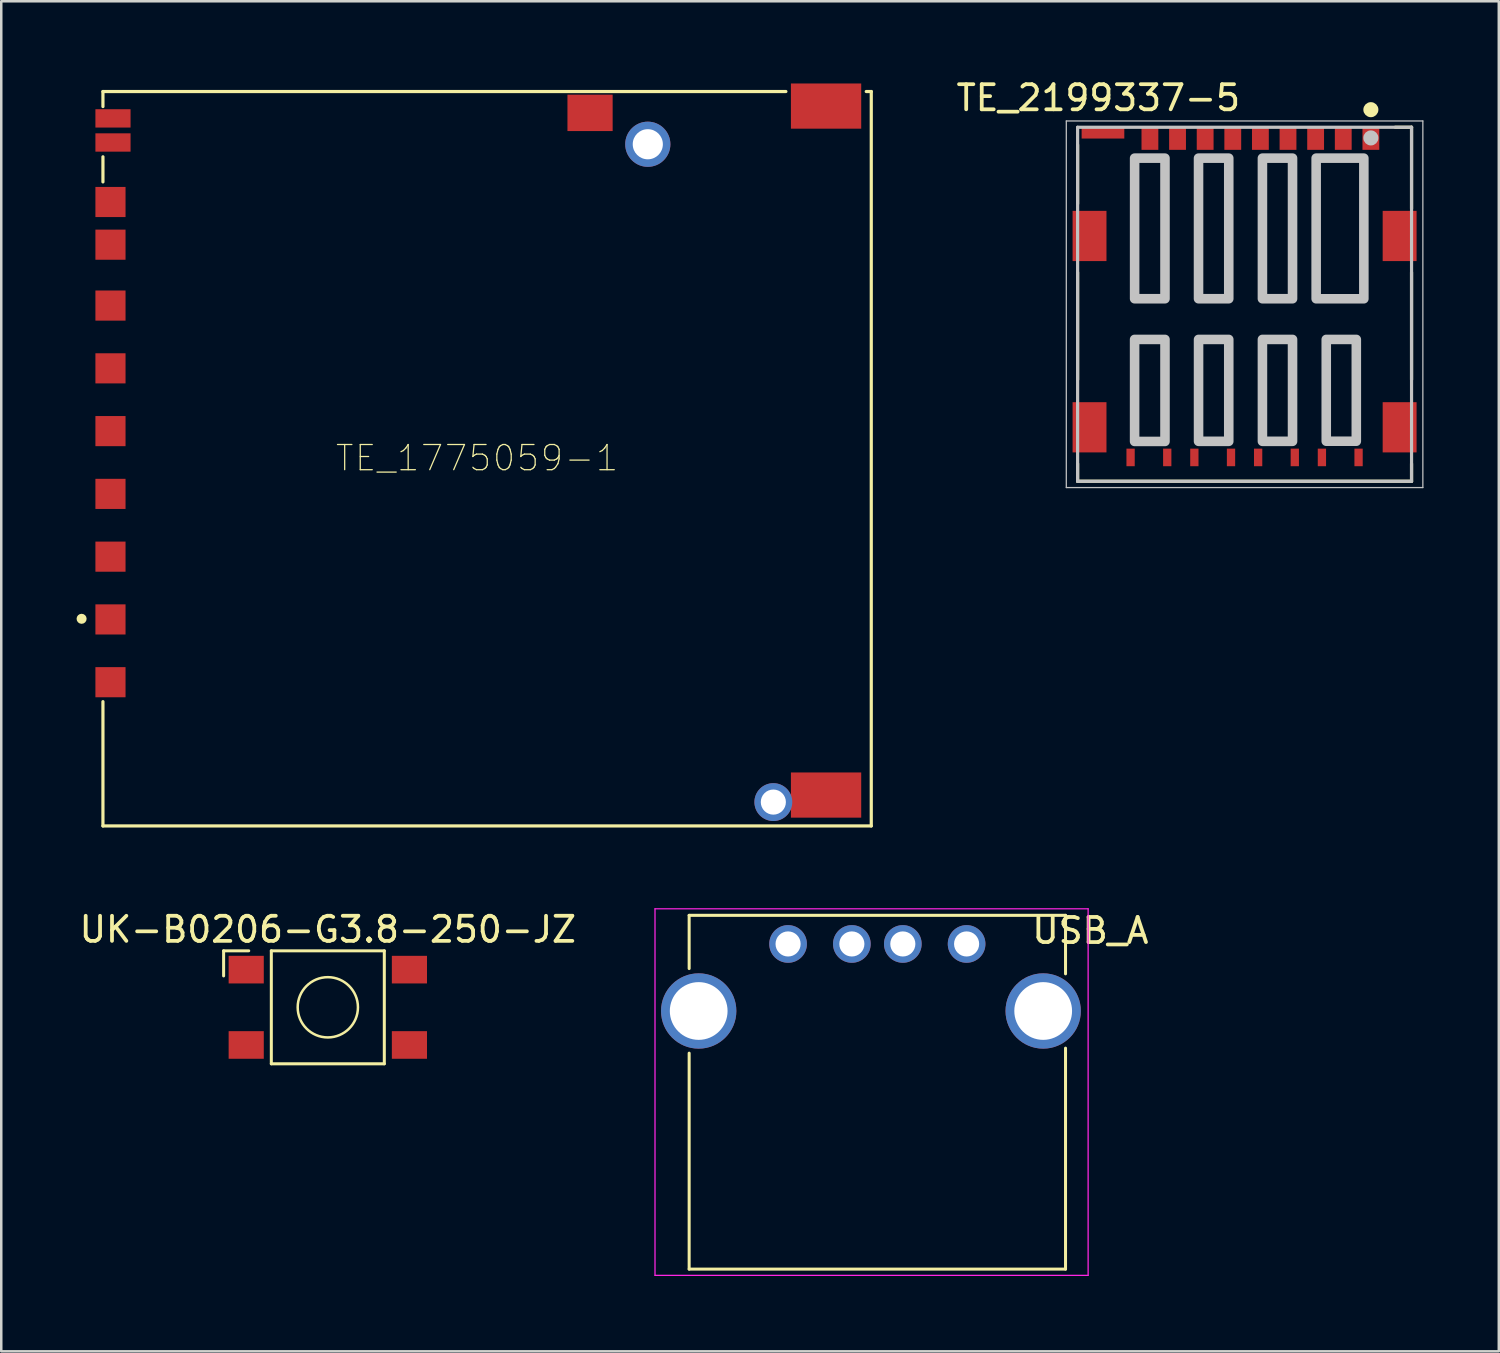
<source format=kicad_pcb>
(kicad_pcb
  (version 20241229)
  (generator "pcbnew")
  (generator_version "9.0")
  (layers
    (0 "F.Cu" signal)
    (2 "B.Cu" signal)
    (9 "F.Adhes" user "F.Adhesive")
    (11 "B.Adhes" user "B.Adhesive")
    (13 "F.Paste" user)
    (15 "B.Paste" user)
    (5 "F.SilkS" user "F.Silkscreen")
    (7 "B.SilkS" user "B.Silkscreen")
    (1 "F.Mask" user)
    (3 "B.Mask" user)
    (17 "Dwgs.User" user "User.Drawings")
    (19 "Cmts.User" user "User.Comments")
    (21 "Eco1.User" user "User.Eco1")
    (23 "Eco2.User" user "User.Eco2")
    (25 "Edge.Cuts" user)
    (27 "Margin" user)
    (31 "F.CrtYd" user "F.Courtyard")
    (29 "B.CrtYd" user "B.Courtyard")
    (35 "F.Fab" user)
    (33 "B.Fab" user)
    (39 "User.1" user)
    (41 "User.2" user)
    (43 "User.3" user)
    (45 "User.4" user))
  (footprint "UK-B0206-G3.8-250-JZ"
    (layer "F.Cu")
    (at 10.006 37.068)
    (property "Reference" "UK-B0206-G3.8-250-JZ" (at 0 -3.1 0) (layer "F.SilkS") (effects (font (size 1 1) (thickness 0.15))))
    (attr smd)
    (fp_line (start -4.15 -2.25) (end -3.15 -2.25) (stroke (width 0.12) (type solid)) (layer "F.SilkS"))
    (fp_line (start -4.15 -1.25) (end -4.15 -2.25) (stroke (width 0.12) (type solid)) (layer "F.SilkS"))
    (fp_line (start -2.25 -2.25) (end 2.25 -2.25) (stroke (width 0.12) (type solid)) (layer "F.SilkS"))
    (fp_line (start -2.25 2.25) (end -2.25 -2.25) (stroke (width 0.12) (type solid)) (layer "F.SilkS"))
    (fp_line (start 2.25 -2.25) (end 2.25 2.25) (stroke (width 0.12) (type solid)) (layer "F.SilkS"))
    (fp_line (start 2.25 2.25) (end -2.25 2.25) (stroke (width 0.12) (type solid)) (layer "F.SilkS"))
    (fp_circle (center 0 0) (end 1.2 0) (stroke (width 0.1) (type solid)) (fill no) (layer "F.SilkS"))
    (pad "1" smd rect (at -3.25 -1.5 180) (size 1.4 1.1) (layers "F.Cu" "F.Mask" "F.Paste"))
    (pad "1" smd rect (at 3.25 -1.5 180) (size 1.4 1.1) (layers "F.Cu" "F.Mask" "F.Paste"))
    (pad "2" smd rect (at -3.25 1.5 180) (size 1.4 1.1) (layers "F.Cu" "F.Mask" "F.Paste"))
    (pad "2" smd rect (at 3.25 1.5 180) (size 1.4 1.1) (layers "F.Cu" "F.Mask" "F.Paste")))
  (footprint "TE_1775059-1"
    (layer "F.Cu")
    (at 22.75 2.695)
    (property "Reference" "TE_1775059-1" (at -6.8 12.5 0) (layer "F.SilkS") (effects (font (size 1.002 1.002) (thickness 0.05))))
    (attr smd)
    (fp_line (start -21.7 -2.1) (end 5.5 -2.1) (stroke (width 0.127) (type solid)) (layer "F.SilkS"))
    (fp_line (start -21.7 -1.5) (end -21.7 -2.1) (stroke (width 0.127) (type solid)) (layer "F.SilkS"))
    (fp_line (start -21.7 0.5) (end -21.7 1.5) (stroke (width 0.127) (type solid)) (layer "F.SilkS"))
    (fp_line (start -21.7 27.15) (end -21.7 22.2) (stroke (width 0.127) (type solid)) (layer "F.SilkS"))
    (fp_line (start 8.7 -2.1) (end 8.9 -2.1) (stroke (width 0.127) (type solid)) (layer "F.SilkS"))
    (fp_line (start 8.9 -2.1) (end 8.9 27.15) (stroke (width 0.127) (type solid)) (layer "F.SilkS"))
    (fp_line (start 8.9 27.15) (end -21.7 27.15) (stroke (width 0.127) (type solid)) (layer "F.SilkS"))
    (fp_circle (center -22.55 18.9) (end -22.45 18.9) (stroke (width 0.2) (type solid)) (fill no) (layer "F.SilkS"))
    (fp_line (start -22.25 -2.67) (end 9.15 -2.67) (stroke (width 0.05) (type solid)) (layer "Eco1.User"))
    (fp_line (start -22.25 27.4) (end -22.25 -2.67) (stroke (width 0.05) (type solid)) (layer "Eco1.User"))
    (fp_line (start 9.15 -2.67) (end 9.15 27.4) (stroke (width 0.05) (type solid)) (layer "Eco1.User"))
    (fp_line (start 9.15 27.4) (end -22.25 27.4) (stroke (width 0.05) (type solid)) (layer "Eco1.User"))
    (fp_line (start -21.7 -2.1) (end 8.9 -2.1) (stroke (width 0.127) (type solid)) (layer "Eco2.User"))
    (fp_line (start -21.7 27.15) (end -21.7 -2.1) (stroke (width 0.127) (type solid)) (layer "Eco2.User"))
    (fp_line (start 8.9 -2.1) (end 8.9 27.15) (stroke (width 0.127) (type solid)) (layer "Eco2.User"))
    (fp_line (start 8.9 27.15) (end -21.7 27.15) (stroke (width 0.127) (type solid)) (layer "Eco2.User"))
    (fp_circle (center -21.26 18.9) (end -21.16 18.9) (stroke (width 0.2) (type solid)) (fill no) (layer "Eco2.User"))
    (pad "1" smd rect (at -21.4 18.925) (size 1.2 1.2) (layers "F.Cu" "F.Mask" "F.Paste"))
    (pad "2" smd rect (at -21.4 16.425) (size 1.2 1.2) (layers "F.Cu" "F.Mask" "F.Paste"))
    (pad "3" smd rect (at -21.4 13.925) (size 1.2 1.2) (layers "F.Cu" "F.Mask" "F.Paste"))
    (pad "4" smd rect (at -21.4 11.425) (size 1.2 1.2) (layers "F.Cu" "F.Mask" "F.Paste"))
    (pad "5" smd rect (at -21.4 8.925) (size 1.2 1.2) (layers "F.Cu" "F.Mask" "F.Paste"))
    (pad "6" smd rect (at -21.4 6.425) (size 1.2 1.2) (layers "F.Cu" "F.Mask" "F.Paste"))
    (pad "7" smd rect (at -21.4 4) (size 1.2 1.2) (layers "F.Cu" "F.Mask" "F.Paste"))
    (pad "8" smd rect (at -21.4 2.3) (size 1.2 1.2) (layers "F.Cu" "F.Mask" "F.Paste"))
    (pad "9" smd rect (at -21.4 21.425) (size 1.2 1.2) (layers "F.Cu" "F.Mask" "F.Paste"))
    (pad "D_SW" smd rect (at -21.3 -0.07) (size 1.4 0.73) (layers "F.Cu" "F.Mask" "F.Paste"))
    (pad "P1" thru_hole circle (at 0 0) (size 1.8 1.8) (drill 1.2) (layers "*.Cu" "*.Mask"))
    (pad "P2" thru_hole circle (at 5 26.2) (size 1.508 1.508) (drill 1) (layers "*.Cu" "*.Mask"))
    (pad "PEG1" smd rect (at 7.1 -1.52) (size 2.8 1.8) (layers "F.Cu" "F.Mask" "F.Paste"))
    (pad "PEG2" smd rect (at 7.1 25.92) (size 2.8 1.8) (layers "F.Cu" "F.Mask" "F.Paste"))
    (pad "P_SW" smd rect (at -2.3 -1.25) (size 1.8 1.45) (layers "F.Cu" "F.Mask" "F.Paste"))
    (pad "SW" smd rect (at -21.3 -1.03) (size 1.4 0.73) (layers "F.Cu" "F.Mask" "F.Paste")))
  (footprint "USB_A"
    (layer "F.Cu")
    (at 28.337 34.545)
    (property "Reference" "USB_A" (at 12.04 -0.53 0) (layer "F.SilkS") (effects (font (size 1 1) (thickness 0.15))))
    (attr through_hole)
    (fp_line (start -3.94 -1.14) (end -3.94 0.98) (stroke (width 0.12) (type solid)) (layer "F.SilkS"))
    (fp_line (start -3.94 4.35) (end -3.94 12.95) (stroke (width 0.12) (type solid)) (layer "F.SilkS"))
    (fp_line (start 11.05 -1.14) (end -3.94 -1.14) (stroke (width 0.12) (type solid)) (layer "F.SilkS"))
    (fp_line (start 11.05 -1.14) (end 11.05 1.19) (stroke (width 0.12) (type solid)) (layer "F.SilkS"))
    (fp_line (start 11.05 4.15) (end 11.05 12.95) (stroke (width 0.12) (type solid)) (layer "F.SilkS"))
    (fp_line (start 11.05 12.95) (end -3.94 12.95) (stroke (width 0.12) (type solid)) (layer "F.SilkS"))
    (fp_line (start -5.3 -1.4) (end 11.95 -1.4) (stroke (width 0.05) (type solid)) (layer "F.CrtYd"))
    (fp_line (start -5.3 13.2) (end -5.3 -1.4) (stroke (width 0.05) (type solid)) (layer "F.CrtYd"))
    (fp_line (start -5.3 13.2) (end 11.95 13.2) (stroke (width 0.05) (type solid)) (layer "F.CrtYd"))
    (fp_line (start 11.95 -1.4) (end 11.95 13.2) (stroke (width 0.05) (type solid)) (layer "F.CrtYd"))
    (pad "1" thru_hole circle (at 0 0 270) (size 1.5 1.5) (drill 1) (layers "*.Cu" "*.Mask"))
    (pad "2" thru_hole circle (at 2.54 0 270) (size 1.5 1.5) (drill 1) (layers "*.Cu" "*.Mask"))
    (pad "3" thru_hole circle (at 4.57 0 270) (size 1.5 1.5) (drill 1) (layers "*.Cu" "*.Mask"))
    (pad "4" thru_hole circle (at 7.11 0 270) (size 1.5 1.5) (drill 1) (layers "*.Cu" "*.Mask"))
    (pad "5" thru_hole circle (at -3.56 2.67 270) (size 3 3) (drill 2.3) (layers "*.Cu" "*.Mask"))
    (pad "5" thru_hole circle (at 10.16 2.67 270) (size 3 3) (drill 2.3) (layers "*.Cu" "*.Mask")))
  (footprint "TE_2199337-5"
    (layer "F.Cu")
    (at 46.518 9.068)
    (property "Reference" "TE_2199337-5" (at -5.825 -8.22 0) (layer "F.SilkS") (effects (font (size 1 1) (thickness 0.15))))
    (attr smd)
    (fp_poly (pts (xy -6.49 -7.1) (xy -4.79 -7.1) (xy -4.79 -6.6) (xy -6.49 -6.6)) (stroke (width 0.0001) (type solid)) (fill yes) (layer "F.Cu"))
    (fp_poly (pts (xy -4.705 5.75) (xy -4.375 5.75) (xy -4.375 6.45) (xy -4.705 6.45)) (stroke (width 0.0001) (type solid)) (fill yes) (layer "F.Cu"))
    (fp_poly (pts (xy -3.245 5.75) (xy -2.915 5.75) (xy -2.915 6.45) (xy -3.245 6.45)) (stroke (width 0.0001) (type solid)) (fill yes) (layer "F.Cu"))
    (fp_poly (pts (xy -2.165 5.75) (xy -1.835 5.75) (xy -1.835 6.45) (xy -2.165 6.45)) (stroke (width 0.0001) (type solid)) (fill yes) (layer "F.Cu"))
    (fp_poly (pts (xy -0.705 5.75) (xy -0.375 5.75) (xy -0.375 6.45) (xy -0.705 6.45)) (stroke (width 0.0001) (type solid)) (fill yes) (layer "F.Cu"))
    (fp_poly (pts (xy 0.375 5.75) (xy 0.705 5.75) (xy 0.705 6.45) (xy 0.375 6.45)) (stroke (width 0.0001) (type solid)) (fill yes) (layer "F.Cu"))
    (fp_poly (pts (xy 1.835 5.75) (xy 2.165 5.75) (xy 2.165 6.45) (xy 1.835 6.45)) (stroke (width 0.0001) (type solid)) (fill yes) (layer "F.Cu"))
    (fp_poly (pts (xy 2.915 5.75) (xy 3.245 5.75) (xy 3.245 6.45) (xy 2.915 6.45)) (stroke (width 0.0001) (type solid)) (fill yes) (layer "F.Cu"))
    (fp_poly (pts (xy 4.375 5.75) (xy 4.705 5.75) (xy 4.705 6.45) (xy 4.375 6.45)) (stroke (width 0.0001) (type solid)) (fill yes) (layer "F.Cu"))
    (fp_poly (pts (xy -6.605 -7.2) (xy -4.69 -7.2) (xy -4.69 -6.514) (xy -6.605 -6.514)) (stroke (width 0.381) (type solid)) (fill yes) (layer "F.Mask"))
    (fp_poly (pts (xy -4.813 5.65) (xy -4.275 5.65) (xy -4.275 6.561) (xy -4.813 6.561)) (stroke (width 0.381) (type solid)) (fill yes) (layer "F.Mask"))
    (fp_poly (pts (xy -3.349 5.65) (xy -2.815 5.65) (xy -2.815 6.559) (xy -3.349 6.559)) (stroke (width 0.381) (type solid)) (fill yes) (layer "F.Mask"))
    (fp_poly (pts (xy -2.269 5.65) (xy -1.735 5.65) (xy -1.735 6.562) (xy -2.269 6.562)) (stroke (width 0.381) (type solid)) (fill yes) (layer "F.Mask"))
    (fp_poly (pts (xy -0.806 5.65) (xy -0.275 5.65) (xy -0.275 6.557) (xy -0.806 6.557)) (stroke (width 0.381) (type solid)) (fill yes) (layer "F.Mask"))
    (fp_poly (pts (xy 0.276 5.65) (xy 0.805 5.65) (xy 0.805 6.574) (xy 0.276 6.574)) (stroke (width 0.381) (type solid)) (fill yes) (layer "F.Mask"))
    (fp_poly (pts (xy 1.738 5.65) (xy 2.265 5.65) (xy 2.265 6.561) (xy 1.738 6.561)) (stroke (width 0.381) (type solid)) (fill yes) (layer "F.Mask"))
    (fp_poly (pts (xy 2.818 5.65) (xy 3.345 5.65) (xy 3.345 6.558) (xy 2.818 6.558)) (stroke (width 0.381) (type solid)) (fill yes) (layer "F.Mask"))
    (fp_poly (pts (xy 4.28 5.65) (xy 4.805 5.65) (xy 4.805 6.557) (xy 4.28 6.557)) (stroke (width 0.381) (type solid)) (fill yes) (layer "F.Mask"))
    (fp_line (start -6.65 -4) (end -6.65 -6.35) (stroke (width 0.127) (type solid)) (layer "F.SilkS"))
    (fp_line (start -6.65 3) (end -6.65 -1.27) (stroke (width 0.127) (type solid)) (layer "F.SilkS"))
    (fp_line (start -6.65 7.05) (end -6.65 6.35) (stroke (width 0.127) (type solid)) (layer "F.SilkS"))
    (fp_line (start -6.65 7.05) (end 6.65 7.05) (stroke (width 0.127) (type solid)) (layer "F.SilkS"))
    (fp_line (start 6.65 -7.05) (end 6 -7.05) (stroke (width 0.127) (type solid)) (layer "F.SilkS"))
    (fp_line (start 6.65 -3.81) (end 6.65 -7.05) (stroke (width 0.127) (type solid)) (layer "F.SilkS"))
    (fp_line (start 6.65 3) (end 6.65 -1.27) (stroke (width 0.127) (type solid)) (layer "F.SilkS"))
    (fp_line (start 6.65 7.05) (end 6.65 6.35) (stroke (width 0.127) (type solid)) (layer "F.SilkS"))
    (fp_circle (center 5.03 -7.75) (end 5.18 -7.75) (stroke (width 0.3) (type solid)) (fill no) (layer "F.SilkS"))
    (fp_poly (pts (xy -6.49 -7.1) (xy -4.79 -7.1) (xy -4.79 -6.6) (xy -6.49 -6.6)) (stroke (width 0.0001) (type solid)) (fill yes) (layer "F.Paste"))
    (fp_poly (pts (xy -4.705 5.75) (xy -4.375 5.75) (xy -4.375 6.45) (xy -4.705 6.45)) (stroke (width 0.0001) (type solid)) (fill yes) (layer "F.Paste"))
    (fp_poly (pts (xy -3.245 5.75) (xy -2.915 5.75) (xy -2.915 6.45) (xy -3.245 6.45)) (stroke (width 0.0001) (type solid)) (fill yes) (layer "F.Paste"))
    (fp_poly (pts (xy -2.165 5.75) (xy -1.835 5.75) (xy -1.835 6.45) (xy -2.165 6.45)) (stroke (width 0.0001) (type solid)) (fill yes) (layer "F.Paste"))
    (fp_poly (pts (xy -0.705 5.75) (xy -0.375 5.75) (xy -0.375 6.45) (xy -0.705 6.45)) (stroke (width 0.0001) (type solid)) (fill yes) (layer "F.Paste"))
    (fp_poly (pts (xy 0.375 5.75) (xy 0.705 5.75) (xy 0.705 6.45) (xy 0.375 6.45)) (stroke (width 0.0001) (type solid)) (fill yes) (layer "F.Paste"))
    (fp_poly (pts (xy 1.835 5.75) (xy 2.165 5.75) (xy 2.165 6.45) (xy 1.835 6.45)) (stroke (width 0.0001) (type solid)) (fill yes) (layer "F.Paste"))
    (fp_poly (pts (xy 2.915 5.75) (xy 3.245 5.75) (xy 3.245 6.45) (xy 2.915 6.45)) (stroke (width 0.0001) (type solid)) (fill yes) (layer "F.Paste"))
    (fp_poly (pts (xy 4.375 5.75) (xy 4.705 5.75) (xy 4.705 6.45) (xy 4.375 6.45)) (stroke (width 0.0001) (type solid)) (fill yes) (layer "F.Paste"))
    (fp_line (start -7.1 -7.3) (end 7.1 -7.3) (stroke (width 0.05) (type solid)) (layer "Dwgs.User"))
    (fp_line (start -7.1 7.3) (end -7.1 -7.3) (stroke (width 0.05) (type solid)) (layer "Dwgs.User"))
    (fp_line (start -6.65 -7.05) (end 6.65 -7.05) (stroke (width 0.127) (type solid)) (layer "Dwgs.User"))
    (fp_line (start -6.65 7.05) (end -6.65 -7.05) (stroke (width 0.127) (type solid)) (layer "Dwgs.User"))
    (fp_line (start 6.65 -7.05) (end 6.65 7.05) (stroke (width 0.127) (type solid)) (layer "Dwgs.User"))
    (fp_line (start 6.65 7.05) (end -6.65 7.05) (stroke (width 0.127) (type solid)) (layer "Dwgs.User"))
    (fp_line (start 7.1 -7.3) (end 7.1 7.3) (stroke (width 0.05) (type solid)) (layer "Dwgs.User"))
    (fp_line (start 7.1 7.3) (end -7.1 7.3) (stroke (width 0.05) (type solid)) (layer "Dwgs.User"))
    (fp_circle (center 5.03 -6.625) (end 5.18 -6.625) (stroke (width 0.3) (type solid)) (fill no) (layer "Dwgs.User"))
    (fp_poly (pts (xy -4.38 1.4) (xy -3.17 1.4) (xy -3.17 5.463) (xy -4.38 5.463)) (stroke (width 0.381) (type solid)) (fill no) (layer "Dwgs.User"))
    (fp_poly (pts (xy -4.379 -5.82) (xy -3.17 -5.82) (xy -3.17 -0.22) (xy -4.379 -0.22)) (stroke (width 0.381) (type solid)) (fill no) (layer "Dwgs.User"))
    (fp_poly (pts (xy -1.834 -5.82) (xy -0.63 -5.82) (xy -0.63 -0.22) (xy -1.834 -0.22)) (stroke (width 0.381) (type solid)) (fill no) (layer "Dwgs.User"))
    (fp_poly (pts (xy -1.833 1.4) (xy -0.63 1.4) (xy -0.63 5.459) (xy -1.833 5.459)) (stroke (width 0.381) (type solid)) (fill no) (layer "Dwgs.User"))
    (fp_poly (pts (xy 0.711 -5.82) (xy 1.91 -5.82) (xy 1.91 -0.22) (xy 0.711 -0.22)) (stroke (width 0.381) (type solid)) (fill no) (layer "Dwgs.User"))
    (fp_poly (pts (xy 0.711 1.4) (xy 1.91 1.4) (xy 1.91 5.459) (xy 0.711 5.459)) (stroke (width 0.381) (type solid)) (fill no) (layer "Dwgs.User"))
    (fp_poly (pts (xy 2.851 -5.82) (xy 4.75 -5.82) (xy 4.75 -0.219) (xy 2.851 -0.219)) (stroke (width 0.381) (type solid)) (fill no) (layer "Dwgs.User"))
    (fp_poly (pts (xy 3.253 1.4) (xy 4.45 1.4) (xy 4.45 5.455) (xy 3.253 5.455)) (stroke (width 0.381) (type solid)) (fill no) (layer "Dwgs.User"))
    (pad "1" smd rect (at 5.03 -6.625) (size 0.67 0.95) (layers "F.Cu" "F.Mask" "F.Paste"))
    (pad "2" smd rect (at 1.73 -6.625) (size 0.67 0.95) (layers "F.Cu" "F.Mask" "F.Paste"))
    (pad "3" smd rect (at -0.47 -6.625) (size 0.67 0.95) (layers "F.Cu" "F.Mask" "F.Paste"))
    (pad "4" smd rect (at -2.67 -6.625) (size 0.67 0.95) (layers "F.Cu" "F.Mask" "F.Paste"))
    (pad "5" smd rect (at -6.175 -2.72) (size 1.35 2) (layers "F.Cu" "F.Mask" "F.Paste"))
    (pad "5" smd rect (at -6.175 4.9) (size 1.35 2) (layers "F.Cu" "F.Mask" "F.Paste"))
    (pad "5" smd rect (at 3.93 -6.625) (size 0.67 0.95) (layers "F.Cu" "F.Mask" "F.Paste"))
    (pad "5" smd rect (at 6.175 -2.72) (size 1.35 2) (layers "F.Cu" "F.Mask" "F.Paste"))
    (pad "5" smd rect (at 6.175 4.9) (size 1.35 2) (layers "F.Cu" "F.Mask" "F.Paste"))
    (pad "6" smd rect (at 0.63 -6.625) (size 0.67 0.95) (layers "F.Cu" "F.Mask" "F.Paste"))
    (pad "7" smd rect (at -1.57 -6.625) (size 0.67 0.95) (layers "F.Cu" "F.Mask" "F.Paste"))
    (pad "8" smd rect (at -3.77 -6.625) (size 0.67 0.95) (layers "F.Cu" "F.Mask" "F.Paste"))
    (pad "9" smd rect (at 2.83 -6.625) (size 0.67 0.95) (layers "F.Cu" "F.Mask" "F.Paste")))
  (gr_rect
    (start -3 -3)
    (end 56.643 50.77)
    (stroke (width 0.1) (type default))
    (fill no)
    (layer "Edge.Cuts")))
</source>
